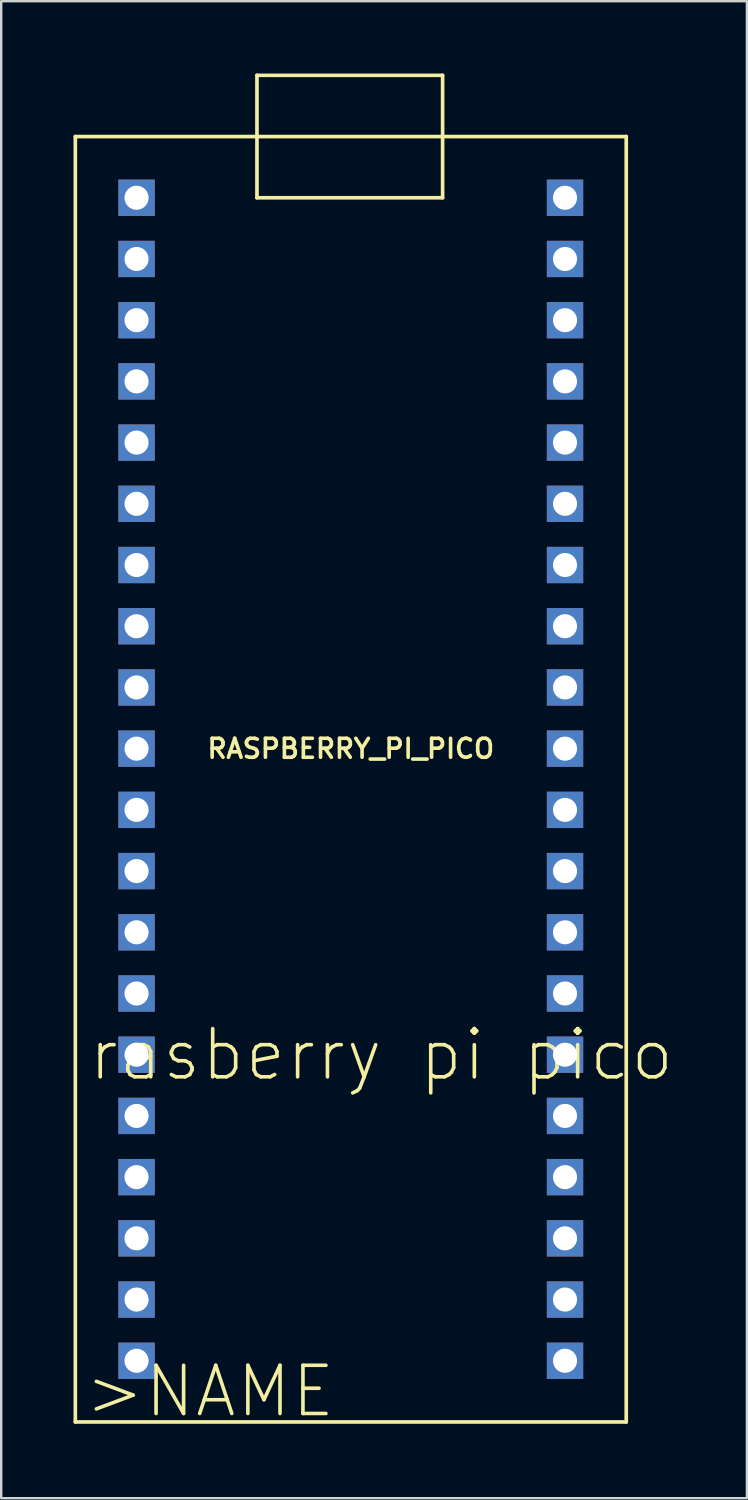
<source format=kicad_pcb>
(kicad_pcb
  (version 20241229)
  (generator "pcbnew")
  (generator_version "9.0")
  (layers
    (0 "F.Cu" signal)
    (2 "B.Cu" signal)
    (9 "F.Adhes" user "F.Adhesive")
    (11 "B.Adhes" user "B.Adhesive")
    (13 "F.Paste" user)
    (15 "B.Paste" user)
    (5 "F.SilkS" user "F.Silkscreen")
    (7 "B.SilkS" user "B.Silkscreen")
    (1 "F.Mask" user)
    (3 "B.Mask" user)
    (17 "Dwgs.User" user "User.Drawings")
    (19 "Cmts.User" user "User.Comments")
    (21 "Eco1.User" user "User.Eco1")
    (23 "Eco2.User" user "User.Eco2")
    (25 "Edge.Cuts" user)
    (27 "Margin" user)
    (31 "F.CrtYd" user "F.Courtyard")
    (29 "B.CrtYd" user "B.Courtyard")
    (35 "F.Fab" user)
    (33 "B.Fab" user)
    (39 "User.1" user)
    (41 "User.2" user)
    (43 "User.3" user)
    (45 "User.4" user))
  (footprint "RASPBERRY_PI_PICO"
    (layer "F.Cu")
    (at 11.506 28.016)
    (property "Reference" "RASPBERRY_PI_PICO" (at 0 0 0) (layer "F.SilkS") (effects (font (size 0.787 0.787) (thickness 0.15))))
    (attr through_hole)
    (fp_line (start -11.43 -25.4) (end -11.43 27.94) (stroke (width 0.152) (type solid)) (layer "F.SilkS"))
    (fp_line (start -11.43 27.94) (end 11.43 27.94) (stroke (width 0.152) (type solid)) (layer "F.SilkS"))
    (fp_line (start -3.893 -27.94) (end -3.893 -22.86) (stroke (width 0.152) (type solid)) (layer "F.SilkS"))
    (fp_line (start -3.893 -22.86) (end 3.81 -22.86) (stroke (width 0.152) (type solid)) (layer "F.SilkS"))
    (fp_line (start 3.81 -27.94) (end -3.893 -27.94) (stroke (width 0.152) (type solid)) (layer "F.SilkS"))
    (fp_line (start 3.81 -22.86) (end 3.81 -27.94) (stroke (width 0.152) (type solid)) (layer "F.SilkS"))
    (fp_line (start 11.43 -25.4) (end -11.43 -25.4) (stroke (width 0.152) (type solid)) (layer "F.SilkS"))
    (fp_line (start 11.43 27.94) (end 11.43 -25.4) (stroke (width 0.152) (type solid)) (layer "F.SilkS"))
    (fp_text user "rasberry pi pico" (at 1.27 12.7 0) (layer "F.SilkS") (effects (font (size 2 2) (thickness 0.15))))
    (fp_text user ">NAME " (at -5.08 26.67 0) (layer "F.SilkS") (effects (font (size 2 2) (thickness 0.15))))
    (pad "3V3" thru_hole rect (at 8.89 -12.7) (size 1.508 1.508) (drill 1) (layers "*.Cu" "*.Mask"))
    (pad "3V3_EN" thru_hole rect (at 8.89 -15.24) (size 1.508 1.508) (drill 1) (layers "*.Cu" "*.Mask"))
    (pad "ADC_VREF" thru_hole rect (at 8.89 -10.16) (size 1.508 1.508) (drill 1) (layers "*.Cu" "*.Mask"))
    (pad "AGND" thru_hole rect (at 8.89 -5.08) (size 1.508 1.508) (drill 1) (layers "*.Cu" "*.Mask"))
    (pad "GND" thru_hole rect (at 8.89 -17.78) (size 1.508 1.508) (drill 1) (layers "*.Cu" "*.Mask"))
    (pad "GND2" thru_hole rect (at 8.89 7.62) (size 1.508 1.508) (drill 1) (layers "*.Cu" "*.Mask"))
    (pad "GND3" thru_hole rect (at 8.89 20.32) (size 1.508 1.508) (drill 1) (layers "*.Cu" "*.Mask"))
    (pad "GND4" thru_hole rect (at -8.89 -17.78) (size 1.508 1.508) (drill 1) (layers "*.Cu" "*.Mask"))
    (pad "GND5" thru_hole rect (at -8.89 -5.08) (size 1.508 1.508) (drill 1) (layers "*.Cu" "*.Mask"))
    (pad "GND6" thru_hole rect (at -8.89 7.62) (size 1.508 1.508) (drill 1) (layers "*.Cu" "*.Mask"))
    (pad "GND7" thru_hole rect (at -8.89 20.32) (size 1.508 1.508) (drill 1) (layers "*.Cu" "*.Mask"))
    (pad "GP2" thru_hole rect (at -8.89 -15.24) (size 1.508 1.508) (drill 1) (layers "*.Cu" "*.Mask"))
    (pad "GP3" thru_hole rect (at -8.89 -12.7) (size 1.508 1.508) (drill 1) (layers "*.Cu" "*.Mask"))
    (pad "GP4" thru_hole rect (at -8.89 -10.16) (size 1.508 1.508) (drill 1) (layers "*.Cu" "*.Mask"))
    (pad "GP5" thru_hole rect (at -8.89 -7.62) (size 1.508 1.508) (drill 1) (layers "*.Cu" "*.Mask"))
    (pad "GP6" thru_hole rect (at -8.89 -2.54) (size 1.508 1.508) (drill 1) (layers "*.Cu" "*.Mask"))
    (pad "GP7" thru_hole rect (at -8.89 0) (size 1.508 1.508) (drill 1) (layers "*.Cu" "*.Mask"))
    (pad "GP8" thru_hole rect (at -8.89 2.54) (size 1.508 1.508) (drill 1) (layers "*.Cu" "*.Mask"))
    (pad "GP9" thru_hole rect (at -8.89 5.08) (size 1.508 1.508) (drill 1) (layers "*.Cu" "*.Mask"))
    (pad "GP10" thru_hole rect (at -8.89 10.16) (size 1.508 1.508) (drill 1) (layers "*.Cu" "*.Mask"))
    (pad "GP11" thru_hole rect (at -8.89 12.7) (size 1.508 1.508) (drill 1) (layers "*.Cu" "*.Mask"))
    (pad "GP12" thru_hole rect (at -8.89 15.24) (size 1.508 1.508) (drill 1) (layers "*.Cu" "*.Mask"))
    (pad "GP13" thru_hole rect (at -8.89 17.78) (size 1.508 1.508) (drill 1) (layers "*.Cu" "*.Mask"))
    (pad "GP14" thru_hole rect (at -8.89 22.86) (size 1.508 1.508) (drill 1) (layers "*.Cu" "*.Mask"))
    (pad "GP15" thru_hole rect (at -8.89 25.4) (size 1.508 1.508) (drill 1) (layers "*.Cu" "*.Mask"))
    (pad "GP16" thru_hole rect (at 8.89 25.4) (size 1.508 1.508) (drill 1) (layers "*.Cu" "*.Mask"))
    (pad "GP17" thru_hole rect (at 8.89 22.86) (size 1.508 1.508) (drill 1) (layers "*.Cu" "*.Mask"))
    (pad "GP18" thru_hole rect (at 8.89 17.78) (size 1.508 1.508) (drill 1) (layers "*.Cu" "*.Mask"))
    (pad "GP19" thru_hole rect (at 8.89 15.24) (size 1.508 1.508) (drill 1) (layers "*.Cu" "*.Mask"))
    (pad "GP20" thru_hole rect (at 8.89 12.7) (size 1.508 1.508) (drill 1) (layers "*.Cu" "*.Mask"))
    (pad "GP21" thru_hole rect (at 8.89 10.16) (size 1.508 1.508) (drill 1) (layers "*.Cu" "*.Mask"))
    (pad "GP22" thru_hole rect (at 8.89 5.08) (size 1.508 1.508) (drill 1) (layers "*.Cu" "*.Mask"))
    (pad "GP26_A0" thru_hole rect (at 8.89 0) (size 1.508 1.508) (drill 1) (layers "*.Cu" "*.Mask"))
    (pad "GP27_A1" thru_hole rect (at 8.89 -2.54) (size 1.508 1.508) (drill 1) (layers "*.Cu" "*.Mask"))
    (pad "GP28_A2" thru_hole rect (at 8.89 -7.62) (size 1.508 1.508) (drill 1) (layers "*.Cu" "*.Mask"))
    (pad "GPIO0" thru_hole rect (at -8.89 -22.86) (size 1.508 1.508) (drill 1) (layers "*.Cu" "*.Mask"))
    (pad "GPIO1" thru_hole rect (at -8.89 -20.32) (size 1.508 1.508) (drill 1) (layers "*.Cu" "*.Mask"))
    (pad "RUN" thru_hole rect (at 8.89 2.54) (size 1.508 1.508) (drill 1) (layers "*.Cu" "*.Mask"))
    (pad "VBUS" thru_hole rect (at 8.89 -22.86) (size 1.508 1.508) (drill 1) (layers "*.Cu" "*.Mask"))
    (pad "VSYS" thru_hole rect (at 8.89 -20.32) (size 1.508 1.508) (drill 1) (layers "*.Cu" "*.Mask")))
  (gr_rect
    (start -3 -3)
    (end 27.944 59.119)
    (stroke (width 0.1) (type default))
    (fill no)
    (layer "Edge.Cuts")))
</source>
